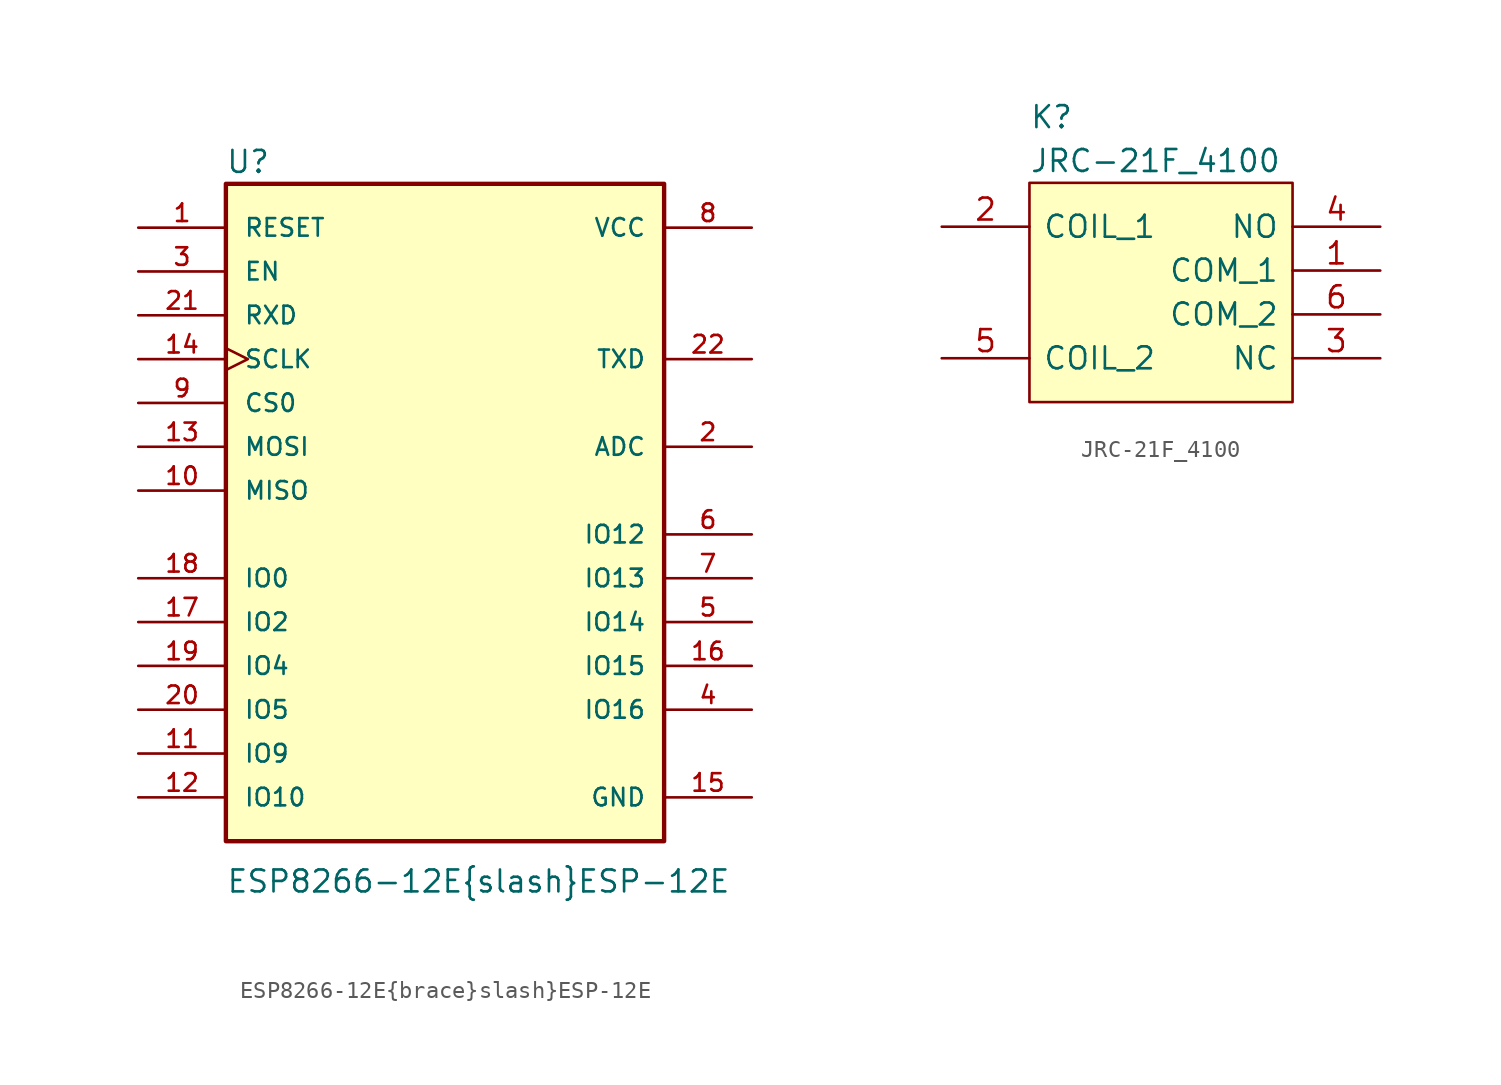
<source format=kicad_sym>
(kicad_symbol_lib
  (version 20211014)
  (generator kicad_symbol_editor)
  (symbol "ESP8266-12E{brace}slash}ESP-12E"
    (pin_names
      (offset 1.016))
    (property "Reference" "U"
      (at -12.725 18.313 0)
      (effects (font (size 1.27 1.27)) (justify left bottom)))
    (property "Value" "ESP8266-12E{brace}slash}ESP-12E"
      (at -12.7 -23.393 0)
      (effects (font (size 1.27 1.27)) (justify left bottom)))
    (property "ki_locked" ""
      (at 0 0 0)
      (effects (font (size 1.27 1.27))))
    (symbol "ESP8266-12E{brace}slash}ESP-12E_0_0"
      (rectangle (start -12.7 -20.32) (end 12.7 17.78) (stroke (width 0.254) (type default) (color 0 0 0 0)) (fill (type background)))
      (pin input line (at -17.78 15.24 0) (length 5.08) (name "RESET" (effects (font (size 1.016 1.016)))) (number "1" (effects (font (size 1.016 1.016)))))
      (pin bidirectional line (at -17.78 0 0) (length 5.08) (name "MISO" (effects (font (size 1.016 1.016)))) (number "10" (effects (font (size 1.016 1.016)))))
      (pin bidirectional line (at -17.78 -15.24 0) (length 5.08) (name "IO9" (effects (font (size 1.016 1.016)))) (number "11" (effects (font (size 1.016 1.016)))))
      (pin bidirectional line (at -17.78 -17.78 0) (length 5.08) (name "IO10" (effects (font (size 1.016 1.016)))) (number "12" (effects (font (size 1.016 1.016)))))
      (pin bidirectional line (at -17.78 2.54 0) (length 5.08) (name "MOSI" (effects (font (size 1.016 1.016)))) (number "13" (effects (font (size 1.016 1.016)))))
      (pin input clock (at -17.78 7.62 0) (length 5.08) (name "SCLK" (effects (font (size 1.016 1.016)))) (number "14" (effects (font (size 1.016 1.016)))))
      (pin power_in line (at 17.78 -17.78 180) (length 5.08) (name "GND" (effects (font (size 1.016 1.016)))) (number "15" (effects (font (size 1.016 1.016)))))
      (pin bidirectional line (at 17.78 -10.16 180) (length 5.08) (name "IO15" (effects (font (size 1.016 1.016)))) (number "16" (effects (font (size 1.016 1.016)))))
      (pin bidirectional line (at -17.78 -7.62 0) (length 5.08) (name "IO2" (effects (font (size 1.016 1.016)))) (number "17" (effects (font (size 1.016 1.016)))))
      (pin bidirectional line (at -17.78 -5.08 0) (length 5.08) (name "IO0" (effects (font (size 1.016 1.016)))) (number "18" (effects (font (size 1.016 1.016)))))
      (pin bidirectional line (at -17.78 -10.16 0) (length 5.08) (name "IO4" (effects (font (size 1.016 1.016)))) (number "19" (effects (font (size 1.016 1.016)))))
      (pin passive line (at 17.78 2.54 180) (length 5.08) (name "ADC" (effects (font (size 1.016 1.016)))) (number "2" (effects (font (size 1.016 1.016)))))
      (pin bidirectional line (at -17.78 -12.7 0) (length 5.08) (name "IO5" (effects (font (size 1.016 1.016)))) (number "20" (effects (font (size 1.016 1.016)))))
      (pin input line (at -17.78 10.16 0) (length 5.08) (name "RXD" (effects (font (size 1.016 1.016)))) (number "21" (effects (font (size 1.016 1.016)))))
      (pin output line (at 17.78 7.62 180) (length 5.08) (name "TXD" (effects (font (size 1.016 1.016)))) (number "22" (effects (font (size 1.016 1.016)))))
      (pin input line (at -17.78 12.7 0) (length 5.08) (name "EN" (effects (font (size 1.016 1.016)))) (number "3" (effects (font (size 1.016 1.016)))))
      (pin bidirectional line (at 17.78 -12.7 180) (length 5.08) (name "IO16" (effects (font (size 1.016 1.016)))) (number "4" (effects (font (size 1.016 1.016)))))
      (pin bidirectional line (at 17.78 -7.62 180) (length 5.08) (name "IO14" (effects (font (size 1.016 1.016)))) (number "5" (effects (font (size 1.016 1.016)))))
      (pin bidirectional line (at 17.78 -2.54 180) (length 5.08) (name "IO12" (effects (font (size 1.016 1.016)))) (number "6" (effects (font (size 1.016 1.016)))))
      (pin bidirectional line (at 17.78 -5.08 180) (length 5.08) (name "IO13" (effects (font (size 1.016 1.016)))) (number "7" (effects (font (size 1.016 1.016)))))
      (pin power_in line (at 17.78 15.24 180) (length 5.08) (name "VCC" (effects (font (size 1.016 1.016)))) (number "8" (effects (font (size 1.016 1.016)))))
      (pin input line (at -17.78 5.08 0) (length 5.08) (name "CS0" (effects (font (size 1.016 1.016)))) (number "9" (effects (font (size 1.016 1.016)))))))
  (symbol "JRC-21F_4100"
    (pin_names
      (offset 0.762))
    (property "Reference" "K"
      (at 0 3.81 0)
      (effects (font (size 1.27 1.27)) (justify left)))
    (property "Value" "JRC-21F_4100"
      (at 0 1.27 0)
      (effects (font (size 1.27 1.27)) (justify left)))
    (symbol "JRC-21F_4100_0_0"
      (pin passive line (at 20.32 -5.08 180) (length 5.08) (name "COM_1" (effects (font (size 1.27 1.27)))) (number "1" (effects (font (size 1.27 1.27)))))
      (pin passive line (at -5.08 -2.54 0) (length 5.08) (name "COIL_1" (effects (font (size 1.27 1.27)))) (number "2" (effects (font (size 1.27 1.27)))))
      (pin passive line (at 20.32 -10.16 180) (length 5.08) (name "NC" (effects (font (size 1.27 1.27)))) (number "3" (effects (font (size 1.27 1.27)))))
      (pin passive line (at 20.32 -2.54 180) (length 5.08) (name "NO" (effects (font (size 1.27 1.27)))) (number "4" (effects (font (size 1.27 1.27)))))
      (pin passive line (at -5.08 -10.16 0) (length 5.08) (name "COIL_2" (effects (font (size 1.27 1.27)))) (number "5" (effects (font (size 1.27 1.27)))))
      (pin passive line (at 20.32 -7.62 180) (length 5.08) (name "COM_2" (effects (font (size 1.27 1.27)))) (number "6" (effects (font (size 1.27 1.27))))))
    (symbol "JRC-21F_4100_0_1"
      (polyline (pts (xy 0 0) (xy 15.24 0) (xy 15.24 -12.7) (xy 0 -12.7) (xy 0 0)) (stroke (width 0.152) (type default) (color 0 0 0 0)) (fill (type background))))))
</source>
